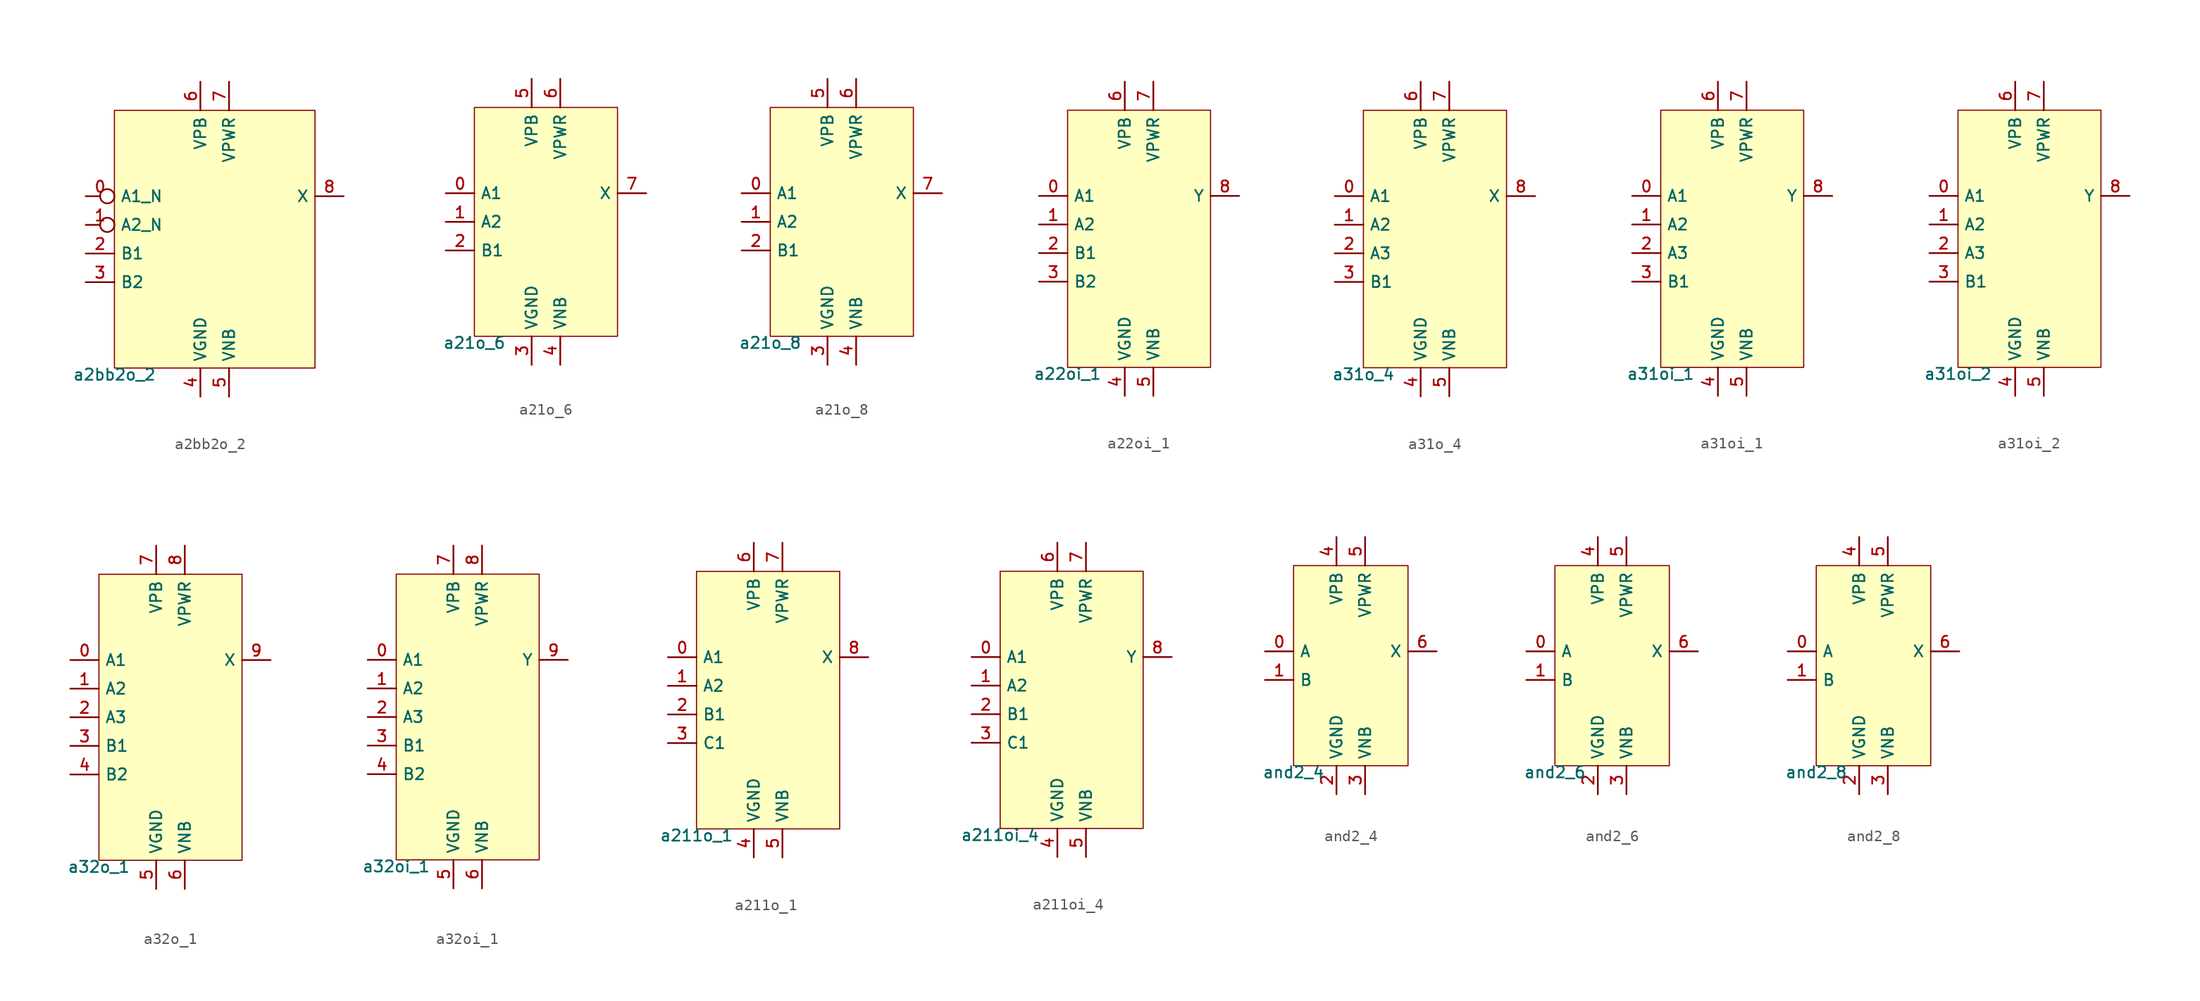
<source format=kicad_sym>
(kicad_symbol_lib
  (version 20211014)
  (generator lef2kicad_sym)
  (symbol "a2bb2o_2"
    (property "Reference" "CELL"
      (at 0 0 0)
      (effects (font (size 1 1)) hide))
    (property "Value" "a2bb2o_2"
      (at -8.89 -11.43 0)
      (effects (font (size 1 1)) (justify top)))
    (rectangle
      (start -8.89 -11.43)
      (end 8.89 11.43)
      (stroke (width 0.1) (type solid) (color 0 0 0 0))
      (fill (type background)))
    (pin input inverted
      (at -11.43 3.81 0)
      (length 2.54)
      (name "A1_N" (effects (font (size 1 1)) hide))
      (number "0" (effects (font (size 1 1)) hide)))
    (pin input inverted
      (at -11.43 1.27 0)
      (length 2.54)
      (name "A2_N" (effects (font (size 1 1)) hide))
      (number "1" (effects (font (size 1 1)) hide)))
    (pin input line
      (at -11.43 -1.27 0)
      (length 2.54)
      (name "B1" (effects (font (size 1 1)) hide))
      (number "2" (effects (font (size 1 1)) hide)))
    (pin input line
      (at -11.43 -3.81 0)
      (length 2.54)
      (name "B2" (effects (font (size 1 1)) hide))
      (number "3" (effects (font (size 1 1)) hide)))
    (pin power_in line
      (at -1.27 -13.97 90)
      (length 2.54)
      (name "VGND" (effects (font (size 1 1)) hide))
      (number "4" (effects (font (size 1 1)) hide)))
    (pin power_in line
      (at 1.27 -13.97 90)
      (length 2.54)
      (name "VNB" (effects (font (size 1 1)) hide))
      (number "5" (effects (font (size 1 1)) hide)))
    (pin power_in line
      (at -1.27 13.97 270)
      (length 2.54)
      (name "VPB" (effects (font (size 1 1)) hide))
      (number "6" (effects (font (size 1 1)) hide)))
    (pin power_in line
      (at 1.27 13.97 270)
      (length 2.54)
      (name "VPWR" (effects (font (size 1 1)) hide))
      (number "7" (effects (font (size 1 1)) hide)))
    (pin output line
      (at 11.43 3.81 180)
      (length 2.54)
      (name "X" (effects (font (size 1 1)) hide))
      (number "8" (effects (font (size 1 1)) hide))))
  (symbol "a21o_6"
    (property "Reference" "CELL"
      (at 0 0 0)
      (effects (font (size 1 1)) hide))
    (property "Value" "a21o_6"
      (at -6.35 -10.16 0)
      (effects (font (size 1 1)) (justify top)))
    (rectangle
      (start -6.35 -10.16)
      (end 6.35 10.16)
      (stroke (width 0.1) (type solid) (color 0 0 0 0))
      (fill (type background)))
    (pin input line
      (at -8.89 2.54 0)
      (length 2.54)
      (name "A1" (effects (font (size 1 1)) hide))
      (number "0" (effects (font (size 1 1)) hide)))
    (pin input line
      (at -8.89 0.0 0)
      (length 2.54)
      (name "A2" (effects (font (size 1 1)) hide))
      (number "1" (effects (font (size 1 1)) hide)))
    (pin input line
      (at -8.89 -2.54 0)
      (length 2.54)
      (name "B1" (effects (font (size 1 1)) hide))
      (number "2" (effects (font (size 1 1)) hide)))
    (pin power_in line
      (at -1.27 -12.7 90)
      (length 2.54)
      (name "VGND" (effects (font (size 1 1)) hide))
      (number "3" (effects (font (size 1 1)) hide)))
    (pin power_in line
      (at 1.27 -12.7 90)
      (length 2.54)
      (name "VNB" (effects (font (size 1 1)) hide))
      (number "4" (effects (font (size 1 1)) hide)))
    (pin power_in line
      (at -1.27 12.7 270)
      (length 2.54)
      (name "VPB" (effects (font (size 1 1)) hide))
      (number "5" (effects (font (size 1 1)) hide)))
    (pin power_in line
      (at 1.27 12.7 270)
      (length 2.54)
      (name "VPWR" (effects (font (size 1 1)) hide))
      (number "6" (effects (font (size 1 1)) hide)))
    (pin output line
      (at 8.89 2.54 180)
      (length 2.54)
      (name "X" (effects (font (size 1 1)) hide))
      (number "7" (effects (font (size 1 1)) hide))))
  (symbol "a21o_8"
    (property "Reference" "CELL"
      (at 0 0 0)
      (effects (font (size 1 1)) hide))
    (property "Value" "a21o_8"
      (at -6.35 -10.16 0)
      (effects (font (size 1 1)) (justify top)))
    (rectangle
      (start -6.35 -10.16)
      (end 6.35 10.16)
      (stroke (width 0.1) (type solid) (color 0 0 0 0))
      (fill (type background)))
    (pin input line
      (at -8.89 2.54 0)
      (length 2.54)
      (name "A1" (effects (font (size 1 1)) hide))
      (number "0" (effects (font (size 1 1)) hide)))
    (pin input line
      (at -8.89 0.0 0)
      (length 2.54)
      (name "A2" (effects (font (size 1 1)) hide))
      (number "1" (effects (font (size 1 1)) hide)))
    (pin input line
      (at -8.89 -2.54 0)
      (length 2.54)
      (name "B1" (effects (font (size 1 1)) hide))
      (number "2" (effects (font (size 1 1)) hide)))
    (pin power_in line
      (at -1.27 -12.7 90)
      (length 2.54)
      (name "VGND" (effects (font (size 1 1)) hide))
      (number "3" (effects (font (size 1 1)) hide)))
    (pin power_in line
      (at 1.27 -12.7 90)
      (length 2.54)
      (name "VNB" (effects (font (size 1 1)) hide))
      (number "4" (effects (font (size 1 1)) hide)))
    (pin power_in line
      (at -1.27 12.7 270)
      (length 2.54)
      (name "VPB" (effects (font (size 1 1)) hide))
      (number "5" (effects (font (size 1 1)) hide)))
    (pin power_in line
      (at 1.27 12.7 270)
      (length 2.54)
      (name "VPWR" (effects (font (size 1 1)) hide))
      (number "6" (effects (font (size 1 1)) hide)))
    (pin output line
      (at 8.89 2.54 180)
      (length 2.54)
      (name "X" (effects (font (size 1 1)) hide))
      (number "7" (effects (font (size 1 1)) hide))))
  (symbol "a22oi_1"
    (property "Reference" "CELL"
      (at 0 0 0)
      (effects (font (size 1 1)) hide))
    (property "Value" "a22oi_1"
      (at -6.35 -11.43 0)
      (effects (font (size 1 1)) (justify top)))
    (rectangle
      (start -6.35 -11.43)
      (end 6.35 11.43)
      (stroke (width 0.1) (type solid) (color 0 0 0 0))
      (fill (type background)))
    (pin input line
      (at -8.89 3.81 0)
      (length 2.54)
      (name "A1" (effects (font (size 1 1)) hide))
      (number "0" (effects (font (size 1 1)) hide)))
    (pin input line
      (at -8.89 1.27 0)
      (length 2.54)
      (name "A2" (effects (font (size 1 1)) hide))
      (number "1" (effects (font (size 1 1)) hide)))
    (pin input line
      (at -8.89 -1.27 0)
      (length 2.54)
      (name "B1" (effects (font (size 1 1)) hide))
      (number "2" (effects (font (size 1 1)) hide)))
    (pin input line
      (at -8.89 -3.81 0)
      (length 2.54)
      (name "B2" (effects (font (size 1 1)) hide))
      (number "3" (effects (font (size 1 1)) hide)))
    (pin power_in line
      (at -1.27 -13.97 90)
      (length 2.54)
      (name "VGND" (effects (font (size 1 1)) hide))
      (number "4" (effects (font (size 1 1)) hide)))
    (pin power_in line
      (at 1.27 -13.97 90)
      (length 2.54)
      (name "VNB" (effects (font (size 1 1)) hide))
      (number "5" (effects (font (size 1 1)) hide)))
    (pin power_in line
      (at -1.27 13.97 270)
      (length 2.54)
      (name "VPB" (effects (font (size 1 1)) hide))
      (number "6" (effects (font (size 1 1)) hide)))
    (pin power_in line
      (at 1.27 13.97 270)
      (length 2.54)
      (name "VPWR" (effects (font (size 1 1)) hide))
      (number "7" (effects (font (size 1 1)) hide)))
    (pin output line
      (at 8.89 3.81 180)
      (length 2.54)
      (name "Y" (effects (font (size 1 1)) hide))
      (number "8" (effects (font (size 1 1)) hide))))
  (symbol "a31o_4"
    (property "Reference" "CELL"
      (at 0 0 0)
      (effects (font (size 1 1)) hide))
    (property "Value" "a31o_4"
      (at -6.35 -11.43 0)
      (effects (font (size 1 1)) (justify top)))
    (rectangle
      (start -6.35 -11.43)
      (end 6.35 11.43)
      (stroke (width 0.1) (type solid) (color 0 0 0 0))
      (fill (type background)))
    (pin input line
      (at -8.89 3.81 0)
      (length 2.54)
      (name "A1" (effects (font (size 1 1)) hide))
      (number "0" (effects (font (size 1 1)) hide)))
    (pin input line
      (at -8.89 1.27 0)
      (length 2.54)
      (name "A2" (effects (font (size 1 1)) hide))
      (number "1" (effects (font (size 1 1)) hide)))
    (pin input line
      (at -8.89 -1.27 0)
      (length 2.54)
      (name "A3" (effects (font (size 1 1)) hide))
      (number "2" (effects (font (size 1 1)) hide)))
    (pin input line
      (at -8.89 -3.81 0)
      (length 2.54)
      (name "B1" (effects (font (size 1 1)) hide))
      (number "3" (effects (font (size 1 1)) hide)))
    (pin power_in line
      (at -1.27 -13.97 90)
      (length 2.54)
      (name "VGND" (effects (font (size 1 1)) hide))
      (number "4" (effects (font (size 1 1)) hide)))
    (pin power_in line
      (at 1.27 -13.97 90)
      (length 2.54)
      (name "VNB" (effects (font (size 1 1)) hide))
      (number "5" (effects (font (size 1 1)) hide)))
    (pin power_in line
      (at -1.27 13.97 270)
      (length 2.54)
      (name "VPB" (effects (font (size 1 1)) hide))
      (number "6" (effects (font (size 1 1)) hide)))
    (pin power_in line
      (at 1.27 13.97 270)
      (length 2.54)
      (name "VPWR" (effects (font (size 1 1)) hide))
      (number "7" (effects (font (size 1 1)) hide)))
    (pin output line
      (at 8.89 3.81 180)
      (length 2.54)
      (name "X" (effects (font (size 1 1)) hide))
      (number "8" (effects (font (size 1 1)) hide))))
  (symbol "a31oi_1"
    (property "Reference" "CELL"
      (at 0 0 0)
      (effects (font (size 1 1)) hide))
    (property "Value" "a31oi_1"
      (at -6.35 -11.43 0)
      (effects (font (size 1 1)) (justify top)))
    (rectangle
      (start -6.35 -11.43)
      (end 6.35 11.43)
      (stroke (width 0.1) (type solid) (color 0 0 0 0))
      (fill (type background)))
    (pin input line
      (at -8.89 3.81 0)
      (length 2.54)
      (name "A1" (effects (font (size 1 1)) hide))
      (number "0" (effects (font (size 1 1)) hide)))
    (pin input line
      (at -8.89 1.27 0)
      (length 2.54)
      (name "A2" (effects (font (size 1 1)) hide))
      (number "1" (effects (font (size 1 1)) hide)))
    (pin input line
      (at -8.89 -1.27 0)
      (length 2.54)
      (name "A3" (effects (font (size 1 1)) hide))
      (number "2" (effects (font (size 1 1)) hide)))
    (pin input line
      (at -8.89 -3.81 0)
      (length 2.54)
      (name "B1" (effects (font (size 1 1)) hide))
      (number "3" (effects (font (size 1 1)) hide)))
    (pin power_in line
      (at -1.27 -13.97 90)
      (length 2.54)
      (name "VGND" (effects (font (size 1 1)) hide))
      (number "4" (effects (font (size 1 1)) hide)))
    (pin power_in line
      (at 1.27 -13.97 90)
      (length 2.54)
      (name "VNB" (effects (font (size 1 1)) hide))
      (number "5" (effects (font (size 1 1)) hide)))
    (pin power_in line
      (at -1.27 13.97 270)
      (length 2.54)
      (name "VPB" (effects (font (size 1 1)) hide))
      (number "6" (effects (font (size 1 1)) hide)))
    (pin power_in line
      (at 1.27 13.97 270)
      (length 2.54)
      (name "VPWR" (effects (font (size 1 1)) hide))
      (number "7" (effects (font (size 1 1)) hide)))
    (pin output line
      (at 8.89 3.81 180)
      (length 2.54)
      (name "Y" (effects (font (size 1 1)) hide))
      (number "8" (effects (font (size 1 1)) hide))))
  (symbol "a31oi_2"
    (property "Reference" "CELL"
      (at 0 0 0)
      (effects (font (size 1 1)) hide))
    (property "Value" "a31oi_2"
      (at -6.35 -11.43 0)
      (effects (font (size 1 1)) (justify top)))
    (rectangle
      (start -6.35 -11.43)
      (end 6.35 11.43)
      (stroke (width 0.1) (type solid) (color 0 0 0 0))
      (fill (type background)))
    (pin input line
      (at -8.89 3.81 0)
      (length 2.54)
      (name "A1" (effects (font (size 1 1)) hide))
      (number "0" (effects (font (size 1 1)) hide)))
    (pin input line
      (at -8.89 1.27 0)
      (length 2.54)
      (name "A2" (effects (font (size 1 1)) hide))
      (number "1" (effects (font (size 1 1)) hide)))
    (pin input line
      (at -8.89 -1.27 0)
      (length 2.54)
      (name "A3" (effects (font (size 1 1)) hide))
      (number "2" (effects (font (size 1 1)) hide)))
    (pin input line
      (at -8.89 -3.81 0)
      (length 2.54)
      (name "B1" (effects (font (size 1 1)) hide))
      (number "3" (effects (font (size 1 1)) hide)))
    (pin power_in line
      (at -1.27 -13.97 90)
      (length 2.54)
      (name "VGND" (effects (font (size 1 1)) hide))
      (number "4" (effects (font (size 1 1)) hide)))
    (pin power_in line
      (at 1.27 -13.97 90)
      (length 2.54)
      (name "VNB" (effects (font (size 1 1)) hide))
      (number "5" (effects (font (size 1 1)) hide)))
    (pin power_in line
      (at -1.27 13.97 270)
      (length 2.54)
      (name "VPB" (effects (font (size 1 1)) hide))
      (number "6" (effects (font (size 1 1)) hide)))
    (pin power_in line
      (at 1.27 13.97 270)
      (length 2.54)
      (name "VPWR" (effects (font (size 1 1)) hide))
      (number "7" (effects (font (size 1 1)) hide)))
    (pin output line
      (at 8.89 3.81 180)
      (length 2.54)
      (name "Y" (effects (font (size 1 1)) hide))
      (number "8" (effects (font (size 1 1)) hide))))
  (symbol "a32o_1"
    (property "Reference" "CELL"
      (at 0 0 0)
      (effects (font (size 1 1)) hide))
    (property "Value" "a32o_1"
      (at -6.35 -12.7 0)
      (effects (font (size 1 1)) (justify top)))
    (rectangle
      (start -6.35 -12.7)
      (end 6.35 12.7)
      (stroke (width 0.1) (type solid) (color 0 0 0 0))
      (fill (type background)))
    (pin input line
      (at -8.89 5.08 0)
      (length 2.54)
      (name "A1" (effects (font (size 1 1)) hide))
      (number "0" (effects (font (size 1 1)) hide)))
    (pin input line
      (at -8.89 2.54 0)
      (length 2.54)
      (name "A2" (effects (font (size 1 1)) hide))
      (number "1" (effects (font (size 1 1)) hide)))
    (pin input line
      (at -8.89 -8.881784197001252e-16 0)
      (length 2.54)
      (name "A3" (effects (font (size 1 1)) hide))
      (number "2" (effects (font (size 1 1)) hide)))
    (pin input line
      (at -8.89 -2.54 0)
      (length 2.54)
      (name "B1" (effects (font (size 1 1)) hide))
      (number "3" (effects (font (size 1 1)) hide)))
    (pin input line
      (at -8.89 -5.08 0)
      (length 2.54)
      (name "B2" (effects (font (size 1 1)) hide))
      (number "4" (effects (font (size 1 1)) hide)))
    (pin power_in line
      (at -1.27 -15.24 90)
      (length 2.54)
      (name "VGND" (effects (font (size 1 1)) hide))
      (number "5" (effects (font (size 1 1)) hide)))
    (pin power_in line
      (at 1.27 -15.24 90)
      (length 2.54)
      (name "VNB" (effects (font (size 1 1)) hide))
      (number "6" (effects (font (size 1 1)) hide)))
    (pin power_in line
      (at -1.27 15.24 270)
      (length 2.54)
      (name "VPB" (effects (font (size 1 1)) hide))
      (number "7" (effects (font (size 1 1)) hide)))
    (pin power_in line
      (at 1.27 15.24 270)
      (length 2.54)
      (name "VPWR" (effects (font (size 1 1)) hide))
      (number "8" (effects (font (size 1 1)) hide)))
    (pin output line
      (at 8.89 5.08 180)
      (length 2.54)
      (name "X" (effects (font (size 1 1)) hide))
      (number "9" (effects (font (size 1 1)) hide))))
  (symbol "a32oi_1"
    (property "Reference" "CELL"
      (at 0 0 0)
      (effects (font (size 1 1)) hide))
    (property "Value" "a32oi_1"
      (at -6.35 -12.7 0)
      (effects (font (size 1 1)) (justify top)))
    (rectangle
      (start -6.35 -12.7)
      (end 6.35 12.7)
      (stroke (width 0.1) (type solid) (color 0 0 0 0))
      (fill (type background)))
    (pin input line
      (at -8.89 5.08 0)
      (length 2.54)
      (name "A1" (effects (font (size 1 1)) hide))
      (number "0" (effects (font (size 1 1)) hide)))
    (pin input line
      (at -8.89 2.54 0)
      (length 2.54)
      (name "A2" (effects (font (size 1 1)) hide))
      (number "1" (effects (font (size 1 1)) hide)))
    (pin input line
      (at -8.89 -8.881784197001252e-16 0)
      (length 2.54)
      (name "A3" (effects (font (size 1 1)) hide))
      (number "2" (effects (font (size 1 1)) hide)))
    (pin input line
      (at -8.89 -2.54 0)
      (length 2.54)
      (name "B1" (effects (font (size 1 1)) hide))
      (number "3" (effects (font (size 1 1)) hide)))
    (pin input line
      (at -8.89 -5.08 0)
      (length 2.54)
      (name "B2" (effects (font (size 1 1)) hide))
      (number "4" (effects (font (size 1 1)) hide)))
    (pin power_in line
      (at -1.27 -15.24 90)
      (length 2.54)
      (name "VGND" (effects (font (size 1 1)) hide))
      (number "5" (effects (font (size 1 1)) hide)))
    (pin power_in line
      (at 1.27 -15.24 90)
      (length 2.54)
      (name "VNB" (effects (font (size 1 1)) hide))
      (number "6" (effects (font (size 1 1)) hide)))
    (pin power_in line
      (at -1.27 15.24 270)
      (length 2.54)
      (name "VPB" (effects (font (size 1 1)) hide))
      (number "7" (effects (font (size 1 1)) hide)))
    (pin power_in line
      (at 1.27 15.24 270)
      (length 2.54)
      (name "VPWR" (effects (font (size 1 1)) hide))
      (number "8" (effects (font (size 1 1)) hide)))
    (pin output line
      (at 8.89 5.08 180)
      (length 2.54)
      (name "Y" (effects (font (size 1 1)) hide))
      (number "9" (effects (font (size 1 1)) hide))))
  (symbol "a211o_1"
    (property "Reference" "CELL"
      (at 0 0 0)
      (effects (font (size 1 1)) hide))
    (property "Value" "a211o_1"
      (at -6.35 -11.43 0)
      (effects (font (size 1 1)) (justify top)))
    (rectangle
      (start -6.35 -11.43)
      (end 6.35 11.43)
      (stroke (width 0.1) (type solid) (color 0 0 0 0))
      (fill (type background)))
    (pin input line
      (at -8.89 3.81 0)
      (length 2.54)
      (name "A1" (effects (font (size 1 1)) hide))
      (number "0" (effects (font (size 1 1)) hide)))
    (pin input line
      (at -8.89 1.27 0)
      (length 2.54)
      (name "A2" (effects (font (size 1 1)) hide))
      (number "1" (effects (font (size 1 1)) hide)))
    (pin input line
      (at -8.89 -1.27 0)
      (length 2.54)
      (name "B1" (effects (font (size 1 1)) hide))
      (number "2" (effects (font (size 1 1)) hide)))
    (pin input line
      (at -8.89 -3.81 0)
      (length 2.54)
      (name "C1" (effects (font (size 1 1)) hide))
      (number "3" (effects (font (size 1 1)) hide)))
    (pin power_in line
      (at -1.27 -13.97 90)
      (length 2.54)
      (name "VGND" (effects (font (size 1 1)) hide))
      (number "4" (effects (font (size 1 1)) hide)))
    (pin power_in line
      (at 1.27 -13.97 90)
      (length 2.54)
      (name "VNB" (effects (font (size 1 1)) hide))
      (number "5" (effects (font (size 1 1)) hide)))
    (pin power_in line
      (at -1.27 13.97 270)
      (length 2.54)
      (name "VPB" (effects (font (size 1 1)) hide))
      (number "6" (effects (font (size 1 1)) hide)))
    (pin power_in line
      (at 1.27 13.97 270)
      (length 2.54)
      (name "VPWR" (effects (font (size 1 1)) hide))
      (number "7" (effects (font (size 1 1)) hide)))
    (pin output line
      (at 8.89 3.81 180)
      (length 2.54)
      (name "X" (effects (font (size 1 1)) hide))
      (number "8" (effects (font (size 1 1)) hide))))
  (symbol "a211oi_4"
    (property "Reference" "CELL"
      (at 0 0 0)
      (effects (font (size 1 1)) hide))
    (property "Value" "a211oi_4"
      (at -6.35 -11.43 0)
      (effects (font (size 1 1)) (justify top)))
    (rectangle
      (start -6.35 -11.43)
      (end 6.35 11.43)
      (stroke (width 0.1) (type solid) (color 0 0 0 0))
      (fill (type background)))
    (pin input line
      (at -8.89 3.81 0)
      (length 2.54)
      (name "A1" (effects (font (size 1 1)) hide))
      (number "0" (effects (font (size 1 1)) hide)))
    (pin input line
      (at -8.89 1.27 0)
      (length 2.54)
      (name "A2" (effects (font (size 1 1)) hide))
      (number "1" (effects (font (size 1 1)) hide)))
    (pin input line
      (at -8.89 -1.27 0)
      (length 2.54)
      (name "B1" (effects (font (size 1 1)) hide))
      (number "2" (effects (font (size 1 1)) hide)))
    (pin input line
      (at -8.89 -3.81 0)
      (length 2.54)
      (name "C1" (effects (font (size 1 1)) hide))
      (number "3" (effects (font (size 1 1)) hide)))
    (pin power_in line
      (at -1.27 -13.97 90)
      (length 2.54)
      (name "VGND" (effects (font (size 1 1)) hide))
      (number "4" (effects (font (size 1 1)) hide)))
    (pin power_in line
      (at 1.27 -13.97 90)
      (length 2.54)
      (name "VNB" (effects (font (size 1 1)) hide))
      (number "5" (effects (font (size 1 1)) hide)))
    (pin power_in line
      (at -1.27 13.97 270)
      (length 2.54)
      (name "VPB" (effects (font (size 1 1)) hide))
      (number "6" (effects (font (size 1 1)) hide)))
    (pin power_in line
      (at 1.27 13.97 270)
      (length 2.54)
      (name "VPWR" (effects (font (size 1 1)) hide))
      (number "7" (effects (font (size 1 1)) hide)))
    (pin output line
      (at 8.89 3.81 180)
      (length 2.54)
      (name "Y" (effects (font (size 1 1)) hide))
      (number "8" (effects (font (size 1 1)) hide))))
  (symbol "and2_4"
    (property "Reference" "CELL"
      (at 0 0 0)
      (effects (font (size 1 1)) hide))
    (property "Value" "and2_4"
      (at -5.08 -8.89 0)
      (effects (font (size 1 1)) (justify top)))
    (rectangle
      (start -5.08 -8.89)
      (end 5.08 8.89)
      (stroke (width 0.1) (type solid) (color 0 0 0 0))
      (fill (type background)))
    (pin input line
      (at -7.62 1.27 0)
      (length 2.54)
      (name "A" (effects (font (size 1 1)) hide))
      (number "0" (effects (font (size 1 1)) hide)))
    (pin input line
      (at -7.62 -1.27 0)
      (length 2.54)
      (name "B" (effects (font (size 1 1)) hide))
      (number "1" (effects (font (size 1 1)) hide)))
    (pin power_in line
      (at -1.27 -11.43 90)
      (length 2.54)
      (name "VGND" (effects (font (size 1 1)) hide))
      (number "2" (effects (font (size 1 1)) hide)))
    (pin power_in line
      (at 1.27 -11.43 90)
      (length 2.54)
      (name "VNB" (effects (font (size 1 1)) hide))
      (number "3" (effects (font (size 1 1)) hide)))
    (pin power_in line
      (at -1.27 11.43 270)
      (length 2.54)
      (name "VPB" (effects (font (size 1 1)) hide))
      (number "4" (effects (font (size 1 1)) hide)))
    (pin power_in line
      (at 1.27 11.43 270)
      (length 2.54)
      (name "VPWR" (effects (font (size 1 1)) hide))
      (number "5" (effects (font (size 1 1)) hide)))
    (pin output line
      (at 7.62 1.27 180)
      (length 2.54)
      (name "X" (effects (font (size 1 1)) hide))
      (number "6" (effects (font (size 1 1)) hide))))
  (symbol "and2_6"
    (property "Reference" "CELL"
      (at 0 0 0)
      (effects (font (size 1 1)) hide))
    (property "Value" "and2_6"
      (at -5.08 -8.89 0)
      (effects (font (size 1 1)) (justify top)))
    (rectangle
      (start -5.08 -8.89)
      (end 5.08 8.89)
      (stroke (width 0.1) (type solid) (color 0 0 0 0))
      (fill (type background)))
    (pin input line
      (at -7.62 1.27 0)
      (length 2.54)
      (name "A" (effects (font (size 1 1)) hide))
      (number "0" (effects (font (size 1 1)) hide)))
    (pin input line
      (at -7.62 -1.27 0)
      (length 2.54)
      (name "B" (effects (font (size 1 1)) hide))
      (number "1" (effects (font (size 1 1)) hide)))
    (pin power_in line
      (at -1.27 -11.43 90)
      (length 2.54)
      (name "VGND" (effects (font (size 1 1)) hide))
      (number "2" (effects (font (size 1 1)) hide)))
    (pin power_in line
      (at 1.27 -11.43 90)
      (length 2.54)
      (name "VNB" (effects (font (size 1 1)) hide))
      (number "3" (effects (font (size 1 1)) hide)))
    (pin power_in line
      (at -1.27 11.43 270)
      (length 2.54)
      (name "VPB" (effects (font (size 1 1)) hide))
      (number "4" (effects (font (size 1 1)) hide)))
    (pin power_in line
      (at 1.27 11.43 270)
      (length 2.54)
      (name "VPWR" (effects (font (size 1 1)) hide))
      (number "5" (effects (font (size 1 1)) hide)))
    (pin output line
      (at 7.62 1.27 180)
      (length 2.54)
      (name "X" (effects (font (size 1 1)) hide))
      (number "6" (effects (font (size 1 1)) hide))))
  (symbol "and2_8"
    (property "Reference" "CELL"
      (at 0 0 0)
      (effects (font (size 1 1)) hide))
    (property "Value" "and2_8"
      (at -5.08 -8.89 0)
      (effects (font (size 1 1)) (justify top)))
    (rectangle
      (start -5.08 -8.89)
      (end 5.08 8.89)
      (stroke (width 0.1) (type solid) (color 0 0 0 0))
      (fill (type background)))
    (pin input line
      (at -7.62 1.27 0)
      (length 2.54)
      (name "A" (effects (font (size 1 1)) hide))
      (number "0" (effects (font (size 1 1)) hide)))
    (pin input line
      (at -7.62 -1.27 0)
      (length 2.54)
      (name "B" (effects (font (size 1 1)) hide))
      (number "1" (effects (font (size 1 1)) hide)))
    (pin power_in line
      (at -1.27 -11.43 90)
      (length 2.54)
      (name "VGND" (effects (font (size 1 1)) hide))
      (number "2" (effects (font (size 1 1)) hide)))
    (pin power_in line
      (at 1.27 -11.43 90)
      (length 2.54)
      (name "VNB" (effects (font (size 1 1)) hide))
      (number "3" (effects (font (size 1 1)) hide)))
    (pin power_in line
      (at -1.27 11.43 270)
      (length 2.54)
      (name "VPB" (effects (font (size 1 1)) hide))
      (number "4" (effects (font (size 1 1)) hide)))
    (pin power_in line
      (at 1.27 11.43 270)
      (length 2.54)
      (name "VPWR" (effects (font (size 1 1)) hide))
      (number "5" (effects (font (size 1 1)) hide)))
    (pin output line
      (at 7.62 1.27 180)
      (length 2.54)
      (name "X" (effects (font (size 1 1)) hide))
      (number "6" (effects (font (size 1 1)) hide)))))
</source>
